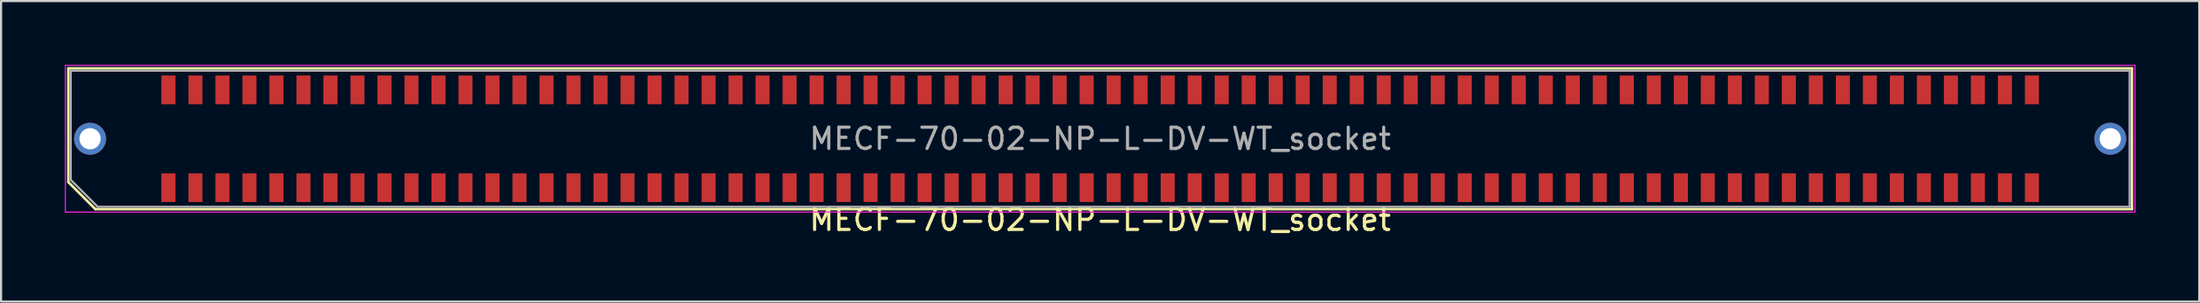
<source format=kicad_pcb>
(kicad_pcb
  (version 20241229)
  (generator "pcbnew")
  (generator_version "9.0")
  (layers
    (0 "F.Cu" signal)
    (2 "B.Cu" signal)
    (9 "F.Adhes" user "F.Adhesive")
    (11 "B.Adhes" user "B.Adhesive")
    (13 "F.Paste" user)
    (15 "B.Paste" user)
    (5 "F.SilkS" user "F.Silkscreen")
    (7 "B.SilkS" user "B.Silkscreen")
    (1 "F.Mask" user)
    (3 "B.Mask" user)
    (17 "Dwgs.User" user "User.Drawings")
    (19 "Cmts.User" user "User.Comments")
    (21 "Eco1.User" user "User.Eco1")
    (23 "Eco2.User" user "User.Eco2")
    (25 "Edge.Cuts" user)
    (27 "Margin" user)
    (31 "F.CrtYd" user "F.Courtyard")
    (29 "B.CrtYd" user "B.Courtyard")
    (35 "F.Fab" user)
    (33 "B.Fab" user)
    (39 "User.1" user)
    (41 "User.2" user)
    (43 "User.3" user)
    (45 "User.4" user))
  (footprint "MECF-70-02-NP-L-DV-WT_socket"
    (layer "F.Cu")
    (at 48.685 3.475)
    (property "Reference" "MECF-70-02-NP-L-DV-WT_socket" (at 0 3.81 0) (layer "F.SilkS") (effects (font (size 1 1) (thickness 0.15))))
    (attr smd)
    (fp_line (start -48.52 -3.31) (end 48.52 -3.31) (stroke (width 0.12) (type solid)) (layer "F.SilkS"))
    (fp_line (start -48.52 2.04) (end -48.52 -3.31) (stroke (width 0.12) (type solid)) (layer "F.SilkS"))
    (fp_line (start -47.25 3.31) (end -48.52 2.04) (stroke (width 0.12) (type solid)) (layer "F.SilkS"))
    (fp_line (start -47.25 3.31) (end 48.52 3.31) (stroke (width 0.12) (type solid)) (layer "F.SilkS"))
    (fp_line (start 48.52 3.31) (end 48.52 -3.31) (stroke (width 0.12) (type solid)) (layer "F.SilkS"))
    (fp_line (start -48.66 -3.45) (end -48.66 3.45) (stroke (width 0.05) (type solid)) (layer "F.CrtYd"))
    (fp_line (start -48.66 3.45) (end 48.66 3.45) (stroke (width 0.05) (type solid)) (layer "F.CrtYd"))
    (fp_line (start 48.66 -3.45) (end -48.66 -3.45) (stroke (width 0.05) (type solid)) (layer "F.CrtYd"))
    (fp_line (start 48.66 3.45) (end 48.66 -3.45) (stroke (width 0.05) (type solid)) (layer "F.CrtYd"))
    (fp_line (start -48.41 -3.2) (end 48.41 -3.2) (stroke (width 0.1) (type solid)) (layer "F.Fab"))
    (fp_line (start -48.41 1.93) (end -48.41 -3.2) (stroke (width 0.1) (type solid)) (layer "F.Fab"))
    (fp_line (start -48.41 1.93) (end -47.14 3.2) (stroke (width 0.1) (type solid)) (layer "F.Fab"))
    (fp_line (start -47.14 3.2) (end 48.41 3.2) (stroke (width 0.1) (type solid)) (layer "F.Fab"))
    (fp_line (start 48.41 3.2) (end 48.41 -3.2) (stroke (width 0.1) (type solid)) (layer "F.Fab"))
    (fp_text user "${REFERENCE}" (at 0 0 0) (layer "F.Fab") (effects (font (size 1 1) (thickness 0.15))))
    (pad "" thru_hole circle (at -47.5 0) (size 1.5 1.5) (drill 1) (layers "*.Cu" "*.Mask"))
    (pad "" np_thru_hole circle (at -45.595 0) (size 0.001 0.001) (drill 1.45) (layers "*.Cu" "*.Mask"))
    (pad "" np_thru_hole circle (at 45.595 1) (size 0.001 0.001) (drill 1.45) (layers "*.Cu" "*.Mask"))
    (pad "" thru_hole circle (at 47.5 0) (size 1.5 1.5) (drill 1) (layers "*.Cu" "*.Mask"))
    (pad "1" smd rect (at -43.815 2.3) (size 0.66 1.35) (layers "F.Cu" "F.Mask" "F.Paste"))
    (pad "2" smd rect (at -43.815 -2.3) (size 0.66 1.35) (layers "F.Cu" "F.Mask" "F.Paste"))
    (pad "3" smd rect (at -42.545 2.3) (size 0.66 1.35) (layers "F.Cu" "F.Mask" "F.Paste"))
    (pad "4" smd rect (at -42.545 -2.3) (size 0.66 1.35) (layers "F.Cu" "F.Mask" "F.Paste"))
    (pad "5" smd rect (at -41.275 2.3) (size 0.66 1.35) (layers "F.Cu" "F.Mask" "F.Paste"))
    (pad "6" smd rect (at -41.275 -2.3) (size 0.66 1.35) (layers "F.Cu" "F.Mask" "F.Paste"))
    (pad "7" smd rect (at -40.005 2.3) (size 0.66 1.35) (layers "F.Cu" "F.Mask" "F.Paste"))
    (pad "8" smd rect (at -40.005 -2.3) (size 0.66 1.35) (layers "F.Cu" "F.Mask" "F.Paste"))
    (pad "9" smd rect (at -38.735 2.3) (size 0.66 1.35) (layers "F.Cu" "F.Mask" "F.Paste"))
    (pad "10" smd rect (at -38.735 -2.3) (size 0.66 1.35) (layers "F.Cu" "F.Mask" "F.Paste"))
    (pad "11" smd rect (at -37.465 2.3) (size 0.66 1.35) (layers "F.Cu" "F.Mask" "F.Paste"))
    (pad "12" smd rect (at -37.465 -2.3) (size 0.66 1.35) (layers "F.Cu" "F.Mask" "F.Paste"))
    (pad "13" smd rect (at -36.195 2.3) (size 0.66 1.35) (layers "F.Cu" "F.Mask" "F.Paste"))
    (pad "14" smd rect (at -36.195 -2.3) (size 0.66 1.35) (layers "F.Cu" "F.Mask" "F.Paste"))
    (pad "15" smd rect (at -34.925 2.3) (size 0.66 1.35) (layers "F.Cu" "F.Mask" "F.Paste"))
    (pad "16" smd rect (at -34.925 -2.3) (size 0.66 1.35) (layers "F.Cu" "F.Mask" "F.Paste"))
    (pad "17" smd rect (at -33.655 2.3) (size 0.66 1.35) (layers "F.Cu" "F.Mask" "F.Paste"))
    (pad "18" smd rect (at -33.655 -2.3) (size 0.66 1.35) (layers "F.Cu" "F.Mask" "F.Paste"))
    (pad "19" smd rect (at -32.385 2.3) (size 0.66 1.35) (layers "F.Cu" "F.Mask" "F.Paste"))
    (pad "20" smd rect (at -32.385 -2.3) (size 0.66 1.35) (layers "F.Cu" "F.Mask" "F.Paste"))
    (pad "21" smd rect (at -31.115 2.3) (size 0.66 1.35) (layers "F.Cu" "F.Mask" "F.Paste"))
    (pad "22" smd rect (at -31.115 -2.3) (size 0.66 1.35) (layers "F.Cu" "F.Mask" "F.Paste"))
    (pad "23" smd rect (at -29.845 2.3) (size 0.66 1.35) (layers "F.Cu" "F.Mask" "F.Paste"))
    (pad "24" smd rect (at -29.845 -2.3) (size 0.66 1.35) (layers "F.Cu" "F.Mask" "F.Paste"))
    (pad "25" smd rect (at -28.575 2.3) (size 0.66 1.35) (layers "F.Cu" "F.Mask" "F.Paste"))
    (pad "26" smd rect (at -28.575 -2.3) (size 0.66 1.35) (layers "F.Cu" "F.Mask" "F.Paste"))
    (pad "27" smd rect (at -27.305 2.3) (size 0.66 1.35) (layers "F.Cu" "F.Mask" "F.Paste"))
    (pad "28" smd rect (at -27.305 -2.3) (size 0.66 1.35) (layers "F.Cu" "F.Mask" "F.Paste"))
    (pad "29" smd rect (at -26.035 2.3) (size 0.66 1.35) (layers "F.Cu" "F.Mask" "F.Paste"))
    (pad "30" smd rect (at -26.035 -2.3) (size 0.66 1.35) (layers "F.Cu" "F.Mask" "F.Paste"))
    (pad "31" smd rect (at -24.765 2.3) (size 0.66 1.35) (layers "F.Cu" "F.Mask" "F.Paste"))
    (pad "32" smd rect (at -24.765 -2.3) (size 0.66 1.35) (layers "F.Cu" "F.Mask" "F.Paste"))
    (pad "33" smd rect (at -23.495 2.3) (size 0.66 1.35) (layers "F.Cu" "F.Mask" "F.Paste"))
    (pad "34" smd rect (at -23.495 -2.3) (size 0.66 1.35) (layers "F.Cu" "F.Mask" "F.Paste"))
    (pad "35" smd rect (at -22.225 2.3) (size 0.66 1.35) (layers "F.Cu" "F.Mask" "F.Paste"))
    (pad "36" smd rect (at -22.225 -2.3) (size 0.66 1.35) (layers "F.Cu" "F.Mask" "F.Paste"))
    (pad "37" smd rect (at -20.955 2.3) (size 0.66 1.35) (layers "F.Cu" "F.Mask" "F.Paste"))
    (pad "38" smd rect (at -20.955 -2.3) (size 0.66 1.35) (layers "F.Cu" "F.Mask" "F.Paste"))
    (pad "39" smd rect (at -19.685 2.3) (size 0.66 1.35) (layers "F.Cu" "F.Mask" "F.Paste"))
    (pad "40" smd rect (at -19.685 -2.3) (size 0.66 1.35) (layers "F.Cu" "F.Mask" "F.Paste"))
    (pad "41" smd rect (at -18.415 2.3) (size 0.66 1.35) (layers "F.Cu" "F.Mask" "F.Paste"))
    (pad "42" smd rect (at -18.415 -2.3) (size 0.66 1.35) (layers "F.Cu" "F.Mask" "F.Paste"))
    (pad "43" smd rect (at -17.145 2.3) (size 0.66 1.35) (layers "F.Cu" "F.Mask" "F.Paste"))
    (pad "44" smd rect (at -17.145 -2.3) (size 0.66 1.35) (layers "F.Cu" "F.Mask" "F.Paste"))
    (pad "45" smd rect (at -15.875 2.3) (size 0.66 1.35) (layers "F.Cu" "F.Mask" "F.Paste"))
    (pad "46" smd rect (at -15.875 -2.3) (size 0.66 1.35) (layers "F.Cu" "F.Mask" "F.Paste"))
    (pad "47" smd rect (at -14.605 2.3) (size 0.66 1.35) (layers "F.Cu" "F.Mask" "F.Paste"))
    (pad "48" smd rect (at -14.605 -2.3) (size 0.66 1.35) (layers "F.Cu" "F.Mask" "F.Paste"))
    (pad "49" smd rect (at -13.335 2.3) (size 0.66 1.35) (layers "F.Cu" "F.Mask" "F.Paste"))
    (pad "50" smd rect (at -13.335 -2.3) (size 0.66 1.35) (layers "F.Cu" "F.Mask" "F.Paste"))
    (pad "51" smd rect (at -12.065 2.3) (size 0.66 1.35) (layers "F.Cu" "F.Mask" "F.Paste"))
    (pad "52" smd rect (at -12.065 -2.3) (size 0.66 1.35) (layers "F.Cu" "F.Mask" "F.Paste"))
    (pad "53" smd rect (at -10.795 2.3) (size 0.66 1.35) (layers "F.Cu" "F.Mask" "F.Paste"))
    (pad "54" smd rect (at -10.795 -2.3) (size 0.66 1.35) (layers "F.Cu" "F.Mask" "F.Paste"))
    (pad "55" smd rect (at -9.525 2.3) (size 0.66 1.35) (layers "F.Cu" "F.Mask" "F.Paste"))
    (pad "56" smd rect (at -9.525 -2.3) (size 0.66 1.35) (layers "F.Cu" "F.Mask" "F.Paste"))
    (pad "57" smd rect (at -8.255 2.3) (size 0.66 1.35) (layers "F.Cu" "F.Mask" "F.Paste"))
    (pad "58" smd rect (at -8.255 -2.3) (size 0.66 1.35) (layers "F.Cu" "F.Mask" "F.Paste"))
    (pad "59" smd rect (at -6.985 2.3) (size 0.66 1.35) (layers "F.Cu" "F.Mask" "F.Paste"))
    (pad "60" smd rect (at -6.985 -2.3) (size 0.66 1.35) (layers "F.Cu" "F.Mask" "F.Paste"))
    (pad "61" smd rect (at -5.715 2.3) (size 0.66 1.35) (layers "F.Cu" "F.Mask" "F.Paste"))
    (pad "62" smd rect (at -5.715 -2.3) (size 0.66 1.35) (layers "F.Cu" "F.Mask" "F.Paste"))
    (pad "63" smd rect (at -4.445 2.3) (size 0.66 1.35) (layers "F.Cu" "F.Mask" "F.Paste"))
    (pad "64" smd rect (at -4.445 -2.3) (size 0.66 1.35) (layers "F.Cu" "F.Mask" "F.Paste"))
    (pad "65" smd rect (at -3.175 2.3) (size 0.66 1.35) (layers "F.Cu" "F.Mask" "F.Paste"))
    (pad "66" smd rect (at -3.175 -2.3) (size 0.66 1.35) (layers "F.Cu" "F.Mask" "F.Paste"))
    (pad "67" smd rect (at -1.905 2.3) (size 0.66 1.35) (layers "F.Cu" "F.Mask" "F.Paste"))
    (pad "68" smd rect (at -1.905 -2.3) (size 0.66 1.35) (layers "F.Cu" "F.Mask" "F.Paste"))
    (pad "69" smd rect (at -0.635 2.3) (size 0.66 1.35) (layers "F.Cu" "F.Mask" "F.Paste"))
    (pad "70" smd rect (at -0.635 -2.3) (size 0.66 1.35) (layers "F.Cu" "F.Mask" "F.Paste"))
    (pad "71" smd rect (at 0.635 2.3) (size 0.66 1.35) (layers "F.Cu" "F.Mask" "F.Paste"))
    (pad "72" smd rect (at 0.635 -2.3) (size 0.66 1.35) (layers "F.Cu" "F.Mask" "F.Paste"))
    (pad "73" smd rect (at 1.905 2.3) (size 0.66 1.35) (layers "F.Cu" "F.Mask" "F.Paste"))
    (pad "74" smd rect (at 1.905 -2.3) (size 0.66 1.35) (layers "F.Cu" "F.Mask" "F.Paste"))
    (pad "75" smd rect (at 3.175 2.3) (size 0.66 1.35) (layers "F.Cu" "F.Mask" "F.Paste"))
    (pad "76" smd rect (at 3.175 -2.3) (size 0.66 1.35) (layers "F.Cu" "F.Mask" "F.Paste"))
    (pad "77" smd rect (at 4.445 2.3) (size 0.66 1.35) (layers "F.Cu" "F.Mask" "F.Paste"))
    (pad "78" smd rect (at 4.445 -2.3) (size 0.66 1.35) (layers "F.Cu" "F.Mask" "F.Paste"))
    (pad "79" smd rect (at 5.715 2.3) (size 0.66 1.35) (layers "F.Cu" "F.Mask" "F.Paste"))
    (pad "80" smd rect (at 5.715 -2.3) (size 0.66 1.35) (layers "F.Cu" "F.Mask" "F.Paste"))
    (pad "81" smd rect (at 6.985 2.3) (size 0.66 1.35) (layers "F.Cu" "F.Mask" "F.Paste"))
    (pad "82" smd rect (at 6.985 -2.3) (size 0.66 1.35) (layers "F.Cu" "F.Mask" "F.Paste"))
    (pad "83" smd rect (at 8.255 2.3) (size 0.66 1.35) (layers "F.Cu" "F.Mask" "F.Paste"))
    (pad "84" smd rect (at 8.255 -2.3) (size 0.66 1.35) (layers "F.Cu" "F.Mask" "F.Paste"))
    (pad "85" smd rect (at 9.525 2.3) (size 0.66 1.35) (layers "F.Cu" "F.Mask" "F.Paste"))
    (pad "86" smd rect (at 9.525 -2.3) (size 0.66 1.35) (layers "F.Cu" "F.Mask" "F.Paste"))
    (pad "87" smd rect (at 10.795 2.3) (size 0.66 1.35) (layers "F.Cu" "F.Mask" "F.Paste"))
    (pad "88" smd rect (at 10.795 -2.3) (size 0.66 1.35) (layers "F.Cu" "F.Mask" "F.Paste"))
    (pad "89" smd rect (at 12.065 2.3) (size 0.66 1.35) (layers "F.Cu" "F.Mask" "F.Paste"))
    (pad "90" smd rect (at 12.065 -2.3) (size 0.66 1.35) (layers "F.Cu" "F.Mask" "F.Paste"))
    (pad "91" smd rect (at 13.335 2.3) (size 0.66 1.35) (layers "F.Cu" "F.Mask" "F.Paste"))
    (pad "92" smd rect (at 13.335 -2.3) (size 0.66 1.35) (layers "F.Cu" "F.Mask" "F.Paste"))
    (pad "93" smd rect (at 14.605 2.3) (size 0.66 1.35) (layers "F.Cu" "F.Mask" "F.Paste"))
    (pad "94" smd rect (at 14.605 -2.3) (size 0.66 1.35) (layers "F.Cu" "F.Mask" "F.Paste"))
    (pad "95" smd rect (at 15.875 2.3) (size 0.66 1.35) (layers "F.Cu" "F.Mask" "F.Paste"))
    (pad "96" smd rect (at 15.875 -2.3) (size 0.66 1.35) (layers "F.Cu" "F.Mask" "F.Paste"))
    (pad "97" smd rect (at 17.145 2.3) (size 0.66 1.35) (layers "F.Cu" "F.Mask" "F.Paste"))
    (pad "98" smd rect (at 17.145 -2.3) (size 0.66 1.35) (layers "F.Cu" "F.Mask" "F.Paste"))
    (pad "99" smd rect (at 18.415 2.3) (size 0.66 1.35) (layers "F.Cu" "F.Mask" "F.Paste"))
    (pad "100" smd rect (at 18.415 -2.3) (size 0.66 1.35) (layers "F.Cu" "F.Mask" "F.Paste"))
    (pad "101" smd rect (at 19.685 2.3) (size 0.66 1.35) (layers "F.Cu" "F.Mask" "F.Paste"))
    (pad "102" smd rect (at 19.685 -2.3) (size 0.66 1.35) (layers "F.Cu" "F.Mask" "F.Paste"))
    (pad "103" smd rect (at 20.955 2.3) (size 0.66 1.35) (layers "F.Cu" "F.Mask" "F.Paste"))
    (pad "104" smd rect (at 20.955 -2.3) (size 0.66 1.35) (layers "F.Cu" "F.Mask" "F.Paste"))
    (pad "105" smd rect (at 22.225 2.3) (size 0.66 1.35) (layers "F.Cu" "F.Mask" "F.Paste"))
    (pad "106" smd rect (at 22.225 -2.3) (size 0.66 1.35) (layers "F.Cu" "F.Mask" "F.Paste"))
    (pad "107" smd rect (at 23.495 2.3) (size 0.66 1.35) (layers "F.Cu" "F.Mask" "F.Paste"))
    (pad "108" smd rect (at 23.495 -2.3) (size 0.66 1.35) (layers "F.Cu" "F.Mask" "F.Paste"))
    (pad "109" smd rect (at 24.765 2.3) (size 0.66 1.35) (layers "F.Cu" "F.Mask" "F.Paste"))
    (pad "110" smd rect (at 24.765 -2.3) (size 0.66 1.35) (layers "F.Cu" "F.Mask" "F.Paste"))
    (pad "111" smd rect (at 26.035 2.3) (size 0.66 1.35) (layers "F.Cu" "F.Mask" "F.Paste"))
    (pad "112" smd rect (at 26.035 -2.3) (size 0.66 1.35) (layers "F.Cu" "F.Mask" "F.Paste"))
    (pad "113" smd rect (at 27.305 2.3) (size 0.66 1.35) (layers "F.Cu" "F.Mask" "F.Paste"))
    (pad "114" smd rect (at 27.305 -2.3) (size 0.66 1.35) (layers "F.Cu" "F.Mask" "F.Paste"))
    (pad "115" smd rect (at 28.575 2.3) (size 0.66 1.35) (layers "F.Cu" "F.Mask" "F.Paste"))
    (pad "116" smd rect (at 28.575 -2.3) (size 0.66 1.35) (layers "F.Cu" "F.Mask" "F.Paste"))
    (pad "117" smd rect (at 29.845 2.3) (size 0.66 1.35) (layers "F.Cu" "F.Mask" "F.Paste"))
    (pad "118" smd rect (at 29.845 -2.3) (size 0.66 1.35) (layers "F.Cu" "F.Mask" "F.Paste"))
    (pad "119" smd rect (at 31.115 2.3) (size 0.66 1.35) (layers "F.Cu" "F.Mask" "F.Paste"))
    (pad "120" smd rect (at 31.115 -2.3) (size 0.66 1.35) (layers "F.Cu" "F.Mask" "F.Paste"))
    (pad "121" smd rect (at 32.385 2.3) (size 0.66 1.35) (layers "F.Cu" "F.Mask" "F.Paste"))
    (pad "122" smd rect (at 32.385 -2.3) (size 0.66 1.35) (layers "F.Cu" "F.Mask" "F.Paste"))
    (pad "123" smd rect (at 33.655 2.3) (size 0.66 1.35) (layers "F.Cu" "F.Mask" "F.Paste"))
    (pad "124" smd rect (at 33.655 -2.3) (size 0.66 1.35) (layers "F.Cu" "F.Mask" "F.Paste"))
    (pad "125" smd rect (at 34.925 2.3) (size 0.66 1.35) (layers "F.Cu" "F.Mask" "F.Paste"))
    (pad "126" smd rect (at 34.925 -2.3) (size 0.66 1.35) (layers "F.Cu" "F.Mask" "F.Paste"))
    (pad "127" smd rect (at 36.195 2.3) (size 0.66 1.35) (layers "F.Cu" "F.Mask" "F.Paste"))
    (pad "128" smd rect (at 36.195 -2.3) (size 0.66 1.35) (layers "F.Cu" "F.Mask" "F.Paste"))
    (pad "129" smd rect (at 37.465 2.3) (size 0.66 1.35) (layers "F.Cu" "F.Mask" "F.Paste"))
    (pad "130" smd rect (at 37.465 -2.3) (size 0.66 1.35) (layers "F.Cu" "F.Mask" "F.Paste"))
    (pad "131" smd rect (at 38.735 2.3) (size 0.66 1.35) (layers "F.Cu" "F.Mask" "F.Paste"))
    (pad "132" smd rect (at 38.735 -2.3) (size 0.66 1.35) (layers "F.Cu" "F.Mask" "F.Paste"))
    (pad "133" smd rect (at 40.005 2.3) (size 0.66 1.35) (layers "F.Cu" "F.Mask" "F.Paste"))
    (pad "134" smd rect (at 40.005 -2.3) (size 0.66 1.35) (layers "F.Cu" "F.Mask" "F.Paste"))
    (pad "135" smd rect (at 41.275 2.3) (size 0.66 1.35) (layers "F.Cu" "F.Mask" "F.Paste"))
    (pad "136" smd rect (at 41.275 -2.3) (size 0.66 1.35) (layers "F.Cu" "F.Mask" "F.Paste"))
    (pad "137" smd rect (at 42.545 2.3) (size 0.66 1.35) (layers "F.Cu" "F.Mask" "F.Paste"))
    (pad "138" smd rect (at 42.545 -2.3) (size 0.66 1.35) (layers "F.Cu" "F.Mask" "F.Paste"))
    (pad "139" smd rect (at 43.815 2.3) (size 0.66 1.35) (layers "F.Cu" "F.Mask" "F.Paste"))
    (pad "140" smd rect (at 43.815 -2.3) (size 0.66 1.35) (layers "F.Cu" "F.Mask" "F.Paste")))
  (gr_rect
    (start -3 -3)
    (end 100.37 11.133)
    (stroke (width 0.1) (type default))
    (fill no)
    (layer "Edge.Cuts")))
</source>
